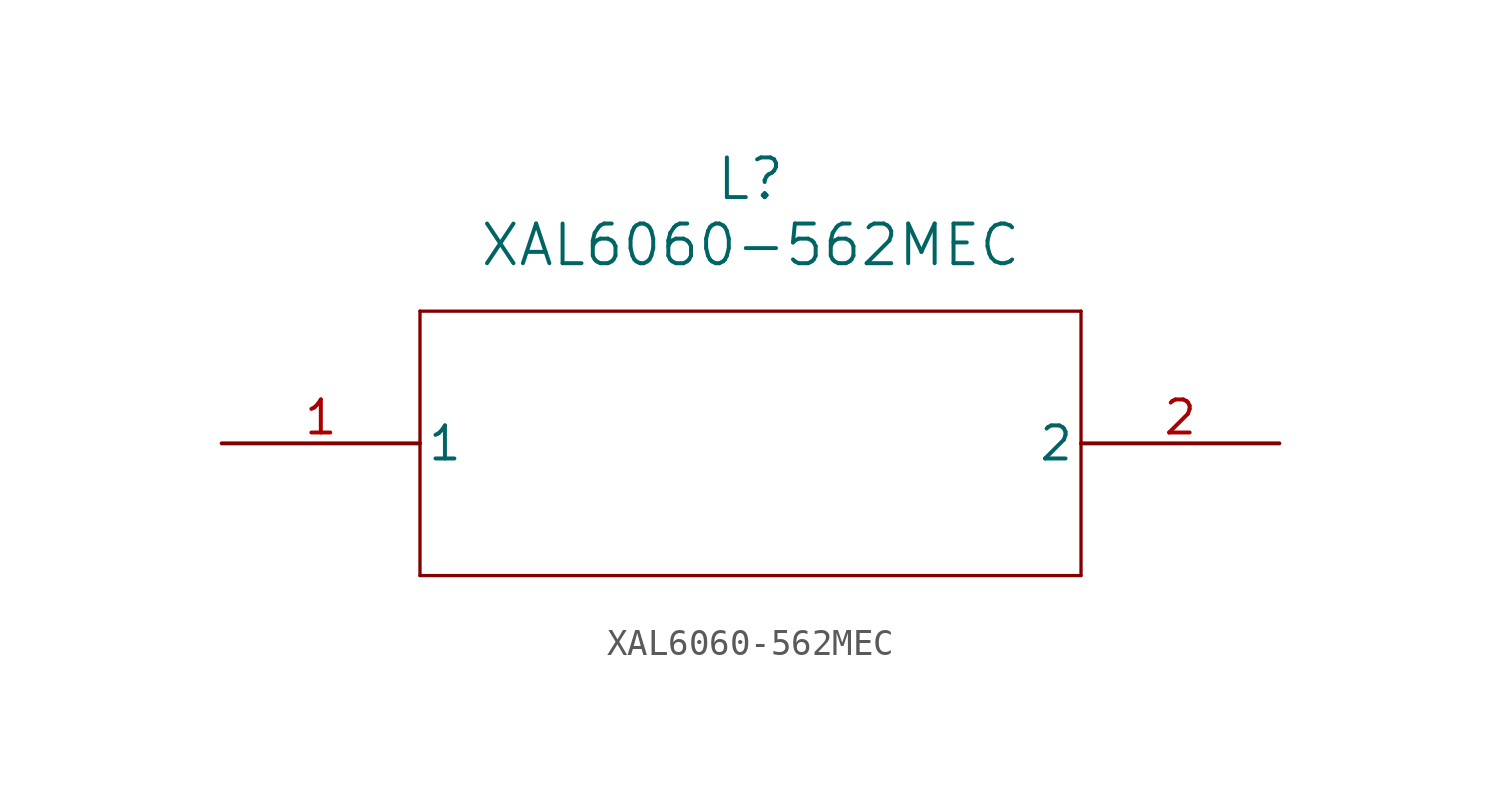
<source format=kicad_sym>
(kicad_symbol_lib
  (version 20211014)
  (generator kicad_symbol_editor)
  (symbol "XAL6060-562MEC"
    (pin_names
      (offset 0.254))
    (property "Reference" "L"
      (at 20.32 10.16 0)
      (effects (font (size 1.524 1.524))))
    (property "Value" "XAL6060-562MEC"
      (at 20.32 7.62 0)
      (effects (font (size 1.524 1.524))))
    (symbol "XAL6060-562MEC_0_1"
      (polyline (pts (xy 7.62 5.08) (xy 7.62 -5.08)) (stroke (width 0.127) (type default) (color 0 0 0 0)) (fill (type none)))
      (polyline (pts (xy 7.62 -5.08) (xy 33.02 -5.08)) (stroke (width 0.127) (type default) (color 0 0 0 0)) (fill (type none)))
      (polyline (pts (xy 33.02 -5.08) (xy 33.02 5.08)) (stroke (width 0.127) (type default) (color 0 0 0 0)) (fill (type none)))
      (polyline (pts (xy 33.02 5.08) (xy 7.62 5.08)) (stroke (width 0.127) (type default) (color 0 0 0 0)) (fill (type none)))
      (pin unspecified line (at 0 0 0) (length 7.62) (name "1" (effects (font (size 1.27 1.27)))) (number "1" (effects (font (size 1.27 1.27)))))
      (pin unspecified line (at 40.64 0 180) (length 7.62) (name "2" (effects (font (size 1.27 1.27)))) (number "2" (effects (font (size 1.27 1.27))))))))
</source>
